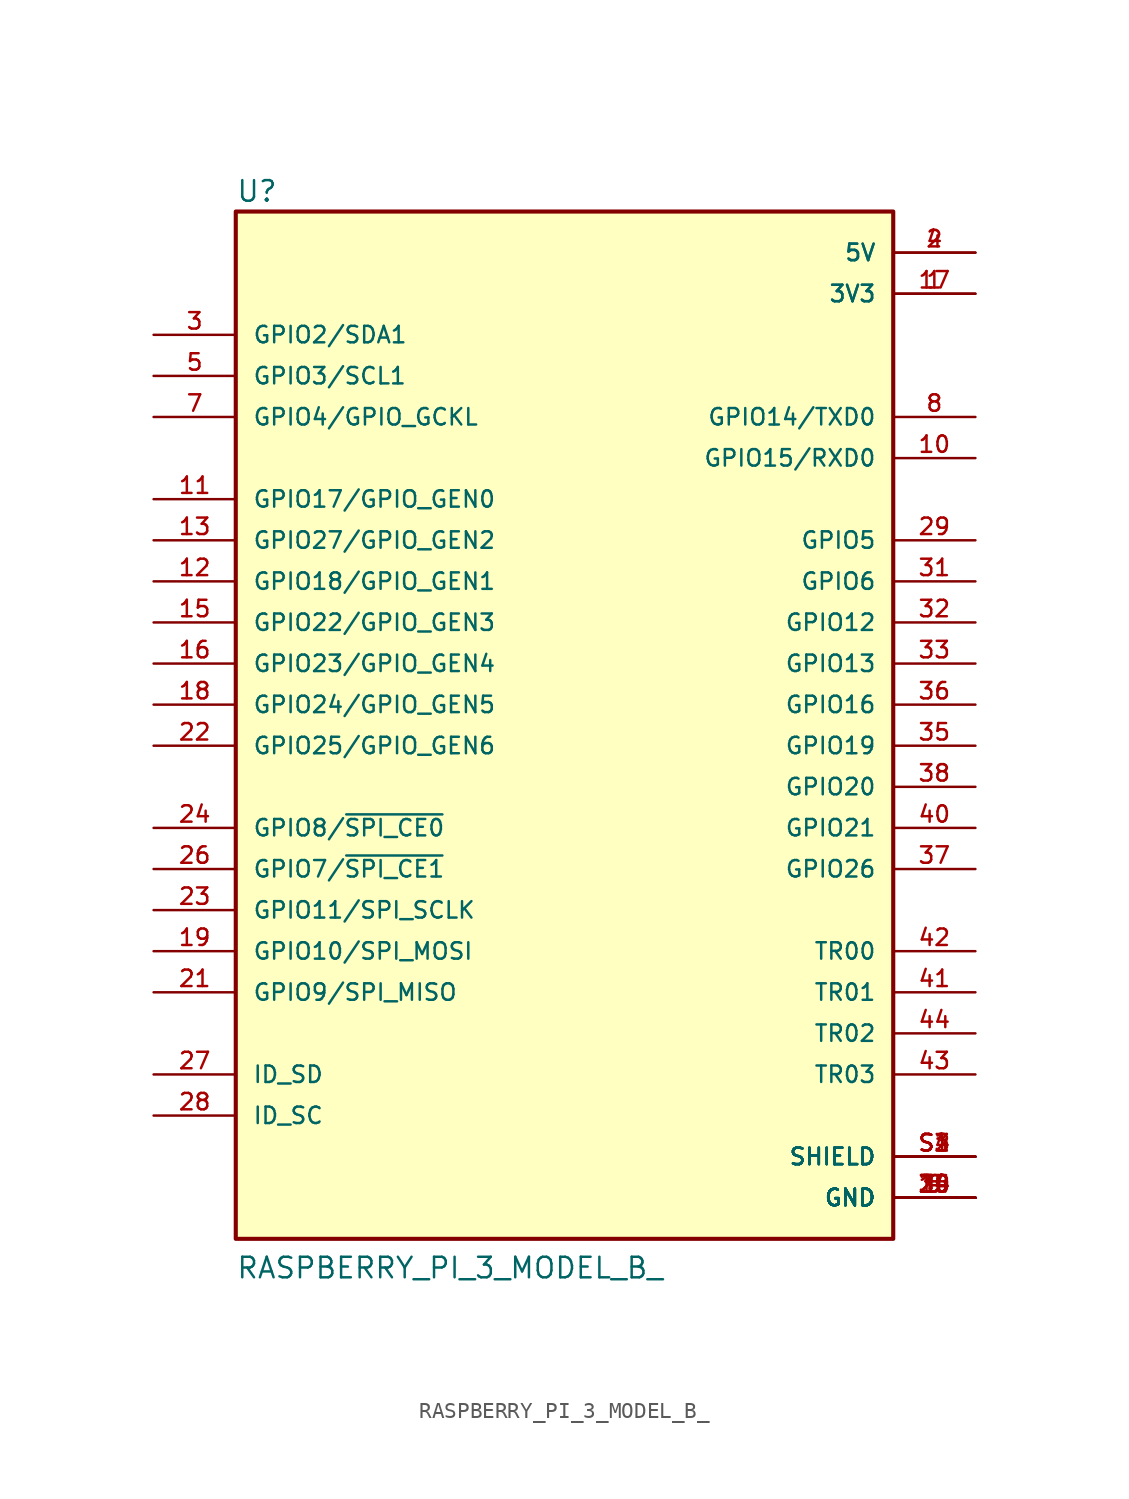
<source format=kicad_sym>
(kicad_symbol_lib
  (version 20211014)
  (generator kicad_symbol_editor)
  (symbol "RASPBERRY_PI_3_MODEL_B_"
    (pin_names
      (offset 1.016))
    (property "Reference" "U"
      (at -20.32 33.528 0)
      (effects (font (size 1.27 1.27)) (justify bottom left)))
    (property "Value" "RASPBERRY_PI_3_MODEL_B_"
      (at -20.32 -33.02 0)
      (effects (font (size 1.27 1.27)) (justify bottom left)))
    (symbol "RASPBERRY_PI_3_MODEL_B__0_0"
      (rectangle (start -20.32 -30.48) (end 20.32 33.02) (stroke (width 0.254)) (fill (type background)))
      (pin power_in line (at 25.4 30.48 180.0) (length 5.08) (name "5V" (effects (font (size 1.016 1.016)))) (number "2" (effects (font (size 1.016 1.016)))))
      (pin power_in line (at 25.4 30.48 180.0) (length 5.08) (name "5V" (effects (font (size 1.016 1.016)))) (number "4" (effects (font (size 1.016 1.016)))))
      (pin power_in line (at 25.4 27.94 180.0) (length 5.08) (name "3V3" (effects (font (size 1.016 1.016)))) (number "1" (effects (font (size 1.016 1.016)))))
      (pin power_in line (at 25.4 27.94 180.0) (length 5.08) (name "3V3" (effects (font (size 1.016 1.016)))) (number "17" (effects (font (size 1.016 1.016)))))
      (pin bidirectional line (at -25.4 25.4 0) (length 5.08) (name "GPIO2/SDA1" (effects (font (size 1.016 1.016)))) (number "3" (effects (font (size 1.016 1.016)))))
      (pin bidirectional line (at -25.4 22.86 0) (length 5.08) (name "GPIO3/SCL1" (effects (font (size 1.016 1.016)))) (number "5" (effects (font (size 1.016 1.016)))))
      (pin bidirectional line (at -25.4 20.32 0) (length 5.08) (name "GPIO4/GPIO_GCKL" (effects (font (size 1.016 1.016)))) (number "7" (effects (font (size 1.016 1.016)))))
      (pin bidirectional line (at 25.4 20.32 180.0) (length 5.08) (name "GPIO14/TXD0" (effects (font (size 1.016 1.016)))) (number "8" (effects (font (size 1.016 1.016)))))
      (pin power_in line (at 25.4 -27.94 180.0) (length 5.08) (name "GND" (effects (font (size 1.016 1.016)))) (number "6" (effects (font (size 1.016 1.016)))))
      (pin power_in line (at 25.4 -27.94 180.0) (length 5.08) (name "GND" (effects (font (size 1.016 1.016)))) (number "9" (effects (font (size 1.016 1.016)))))
      (pin power_in line (at 25.4 -27.94 180.0) (length 5.08) (name "GND" (effects (font (size 1.016 1.016)))) (number "14" (effects (font (size 1.016 1.016)))))
      (pin power_in line (at 25.4 -27.94 180.0) (length 5.08) (name "GND" (effects (font (size 1.016 1.016)))) (number "20" (effects (font (size 1.016 1.016)))))
      (pin power_in line (at 25.4 -27.94 180.0) (length 5.08) (name "GND" (effects (font (size 1.016 1.016)))) (number "25" (effects (font (size 1.016 1.016)))))
      (pin power_in line (at 25.4 -27.94 180.0) (length 5.08) (name "GND" (effects (font (size 1.016 1.016)))) (number "30" (effects (font (size 1.016 1.016)))))
      (pin power_in line (at 25.4 -27.94 180.0) (length 5.08) (name "GND" (effects (font (size 1.016 1.016)))) (number "34" (effects (font (size 1.016 1.016)))))
      (pin power_in line (at 25.4 -27.94 180.0) (length 5.08) (name "GND" (effects (font (size 1.016 1.016)))) (number "39" (effects (font (size 1.016 1.016)))))
      (pin bidirectional line (at 25.4 17.78 180.0) (length 5.08) (name "GPIO15/RXD0" (effects (font (size 1.016 1.016)))) (number "10" (effects (font (size 1.016 1.016)))))
      (pin bidirectional line (at -25.4 15.24 0) (length 5.08) (name "GPIO17/GPIO_GEN0" (effects (font (size 1.016 1.016)))) (number "11" (effects (font (size 1.016 1.016)))))
      (pin bidirectional line (at -25.4 10.16 0) (length 5.08) (name "GPIO18/GPIO_GEN1" (effects (font (size 1.016 1.016)))) (number "12" (effects (font (size 1.016 1.016)))))
      (pin bidirectional line (at -25.4 12.7 0) (length 5.08) (name "GPIO27/GPIO_GEN2" (effects (font (size 1.016 1.016)))) (number "13" (effects (font (size 1.016 1.016)))))
      (pin bidirectional line (at -25.4 7.62 0) (length 5.08) (name "GPIO22/GPIO_GEN3" (effects (font (size 1.016 1.016)))) (number "15" (effects (font (size 1.016 1.016)))))
      (pin bidirectional line (at -25.4 5.08 0) (length 5.08) (name "GPIO23/GPIO_GEN4" (effects (font (size 1.016 1.016)))) (number "16" (effects (font (size 1.016 1.016)))))
      (pin bidirectional line (at -25.4 2.54 0) (length 5.08) (name "GPIO24/GPIO_GEN5" (effects (font (size 1.016 1.016)))) (number "18" (effects (font (size 1.016 1.016)))))
      (pin bidirectional line (at -25.4 -12.7 0) (length 5.08) (name "GPIO10/SPI_MOSI" (effects (font (size 1.016 1.016)))) (number "19" (effects (font (size 1.016 1.016)))))
      (pin bidirectional line (at -25.4 -15.24 0) (length 5.08) (name "GPIO9/SPI_MISO" (effects (font (size 1.016 1.016)))) (number "21" (effects (font (size 1.016 1.016)))))
      (pin bidirectional line (at -25.4 0.0 0) (length 5.08) (name "GPIO25/GPIO_GEN6" (effects (font (size 1.016 1.016)))) (number "22" (effects (font (size 1.016 1.016)))))
      (pin bidirectional line (at -25.4 -10.16 0) (length 5.08) (name "GPIO11/SPI_SCLK" (effects (font (size 1.016 1.016)))) (number "23" (effects (font (size 1.016 1.016)))))
      (pin bidirectional line (at -25.4 -5.08 0) (length 5.08) (name "GPIO8/~{SPI_CE0}" (effects (font (size 1.016 1.016)))) (number "24" (effects (font (size 1.016 1.016)))))
      (pin bidirectional line (at -25.4 -7.62 0) (length 5.08) (name "GPIO7/~{SPI_CE1}" (effects (font (size 1.016 1.016)))) (number "26" (effects (font (size 1.016 1.016)))))
      (pin bidirectional line (at -25.4 -20.32 0) (length 5.08) (name "ID_SD" (effects (font (size 1.016 1.016)))) (number "27" (effects (font (size 1.016 1.016)))))
      (pin bidirectional line (at -25.4 -22.86 0) (length 5.08) (name "ID_SC" (effects (font (size 1.016 1.016)))) (number "28" (effects (font (size 1.016 1.016)))))
      (pin bidirectional line (at 25.4 12.7 180.0) (length 5.08) (name "GPIO5" (effects (font (size 1.016 1.016)))) (number "29" (effects (font (size 1.016 1.016)))))
      (pin bidirectional line (at 25.4 10.16 180.0) (length 5.08) (name "GPIO6" (effects (font (size 1.016 1.016)))) (number "31" (effects (font (size 1.016 1.016)))))
      (pin bidirectional line (at 25.4 7.62 180.0) (length 5.08) (name "GPIO12" (effects (font (size 1.016 1.016)))) (number "32" (effects (font (size 1.016 1.016)))))
      (pin bidirectional line (at 25.4 5.08 180.0) (length 5.08) (name "GPIO13" (effects (font (size 1.016 1.016)))) (number "33" (effects (font (size 1.016 1.016)))))
      (pin bidirectional line (at 25.4 0.0 180.0) (length 5.08) (name "GPIO19" (effects (font (size 1.016 1.016)))) (number "35" (effects (font (size 1.016 1.016)))))
      (pin bidirectional line (at 25.4 2.54 180.0) (length 5.08) (name "GPIO16" (effects (font (size 1.016 1.016)))) (number "36" (effects (font (size 1.016 1.016)))))
      (pin bidirectional line (at 25.4 -7.62 180.0) (length 5.08) (name "GPIO26" (effects (font (size 1.016 1.016)))) (number "37" (effects (font (size 1.016 1.016)))))
      (pin bidirectional line (at 25.4 -2.54 180.0) (length 5.08) (name "GPIO20" (effects (font (size 1.016 1.016)))) (number "38" (effects (font (size 1.016 1.016)))))
      (pin bidirectional line (at 25.4 -5.08 180.0) (length 5.08) (name "GPIO21" (effects (font (size 1.016 1.016)))) (number "40" (effects (font (size 1.016 1.016)))))
      (pin power_in line (at 25.4 -25.4 180.0) (length 5.08) (name "SHIELD" (effects (font (size 1.016 1.016)))) (number "S1" (effects (font (size 1.016 1.016)))))
      (pin power_in line (at 25.4 -25.4 180.0) (length 5.08) (name "SHIELD" (effects (font (size 1.016 1.016)))) (number "S2" (effects (font (size 1.016 1.016)))))
      (pin power_in line (at 25.4 -25.4 180.0) (length 5.08) (name "SHIELD" (effects (font (size 1.016 1.016)))) (number "S3" (effects (font (size 1.016 1.016)))))
      (pin power_in line (at 25.4 -25.4 180.0) (length 5.08) (name "SHIELD" (effects (font (size 1.016 1.016)))) (number "S4" (effects (font (size 1.016 1.016)))))
      (pin bidirectional line (at 25.4 -17.78 180.0) (length 5.08) (name "TR02" (effects (font (size 1.016 1.016)))) (number "44" (effects (font (size 1.016 1.016)))))
      (pin bidirectional line (at 25.4 -15.24 180.0) (length 5.08) (name "TR01" (effects (font (size 1.016 1.016)))) (number "41" (effects (font (size 1.016 1.016)))))
      (pin bidirectional line (at 25.4 -12.7 180.0) (length 5.08) (name "TR00" (effects (font (size 1.016 1.016)))) (number "42" (effects (font (size 1.016 1.016)))))
      (pin bidirectional line (at 25.4 -20.32 180.0) (length 5.08) (name "TR03" (effects (font (size 1.016 1.016)))) (number "43" (effects (font (size 1.016 1.016))))))))
</source>
